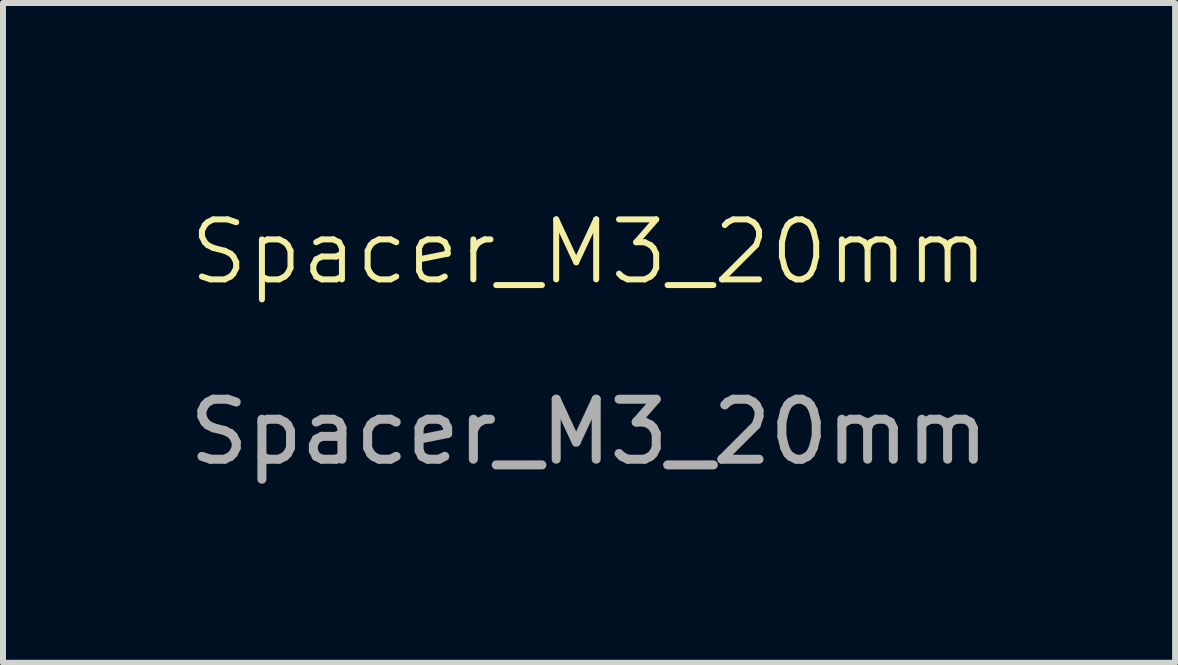
<source format=kicad_pcb>
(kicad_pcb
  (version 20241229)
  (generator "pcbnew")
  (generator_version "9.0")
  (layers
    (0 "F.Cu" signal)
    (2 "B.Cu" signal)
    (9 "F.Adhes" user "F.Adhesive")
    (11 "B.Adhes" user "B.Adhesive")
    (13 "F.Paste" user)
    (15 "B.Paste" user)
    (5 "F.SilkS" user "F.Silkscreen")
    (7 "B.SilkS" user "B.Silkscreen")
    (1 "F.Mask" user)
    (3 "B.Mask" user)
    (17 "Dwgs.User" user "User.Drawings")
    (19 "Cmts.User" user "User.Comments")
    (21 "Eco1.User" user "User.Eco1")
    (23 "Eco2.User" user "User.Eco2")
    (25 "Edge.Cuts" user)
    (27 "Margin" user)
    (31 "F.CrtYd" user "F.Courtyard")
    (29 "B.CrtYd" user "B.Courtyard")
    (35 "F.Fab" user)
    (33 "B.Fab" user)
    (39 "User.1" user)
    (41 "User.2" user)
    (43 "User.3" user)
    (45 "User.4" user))
  (footprint "Spacer_M3_20mm"
    (layer "F.Cu")
    (at 6.768 1.649)
    (property "Reference" "Spacer_M3_20mm" (at 0 -0.5 0) (unlocked yes) (layer "F.SilkS") (effects (font (size 1 1) (thickness 0.1))))
    (fp_text user "${REFERENCE}" (at 0 2.5 0) (unlocked yes) (layer "F.Fab") (effects (font (size 1 1) (thickness 0.15))))
    (pad "" smd circle (at 0 0.051) (size 3.4 3.4) (layers "F.Paste")))
  (gr_rect
    (start -3 -3)
    (end 16.536 7.997)
    (stroke (width 0.1) (type default))
    (fill no)
    (layer "Edge.Cuts")))
</source>
